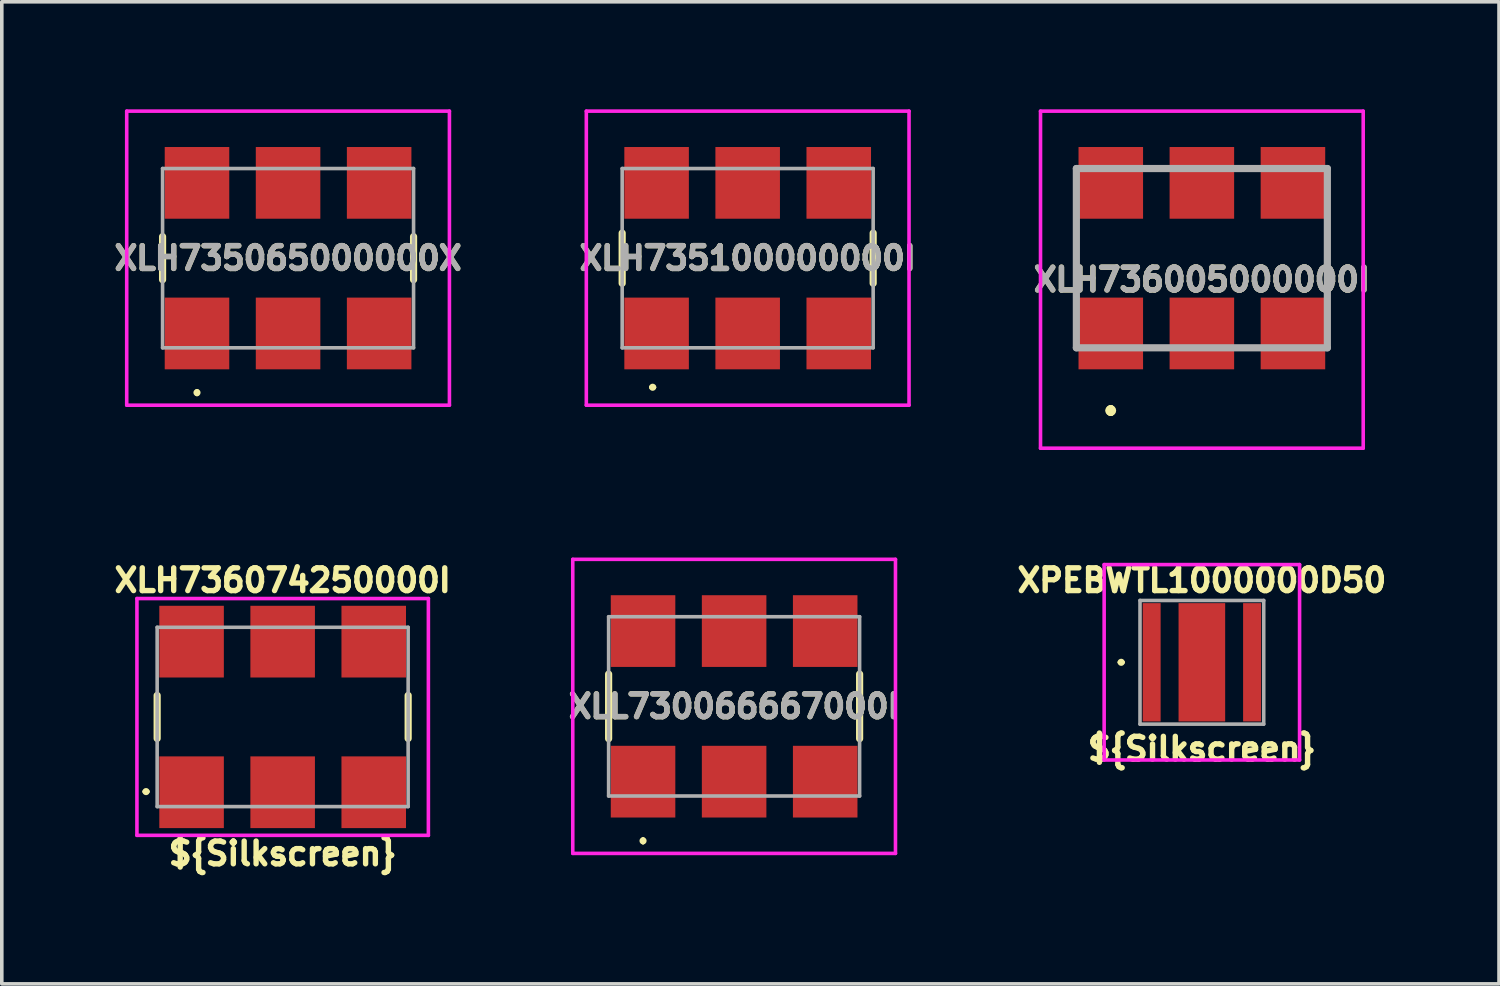
<source format=kicad_pcb>
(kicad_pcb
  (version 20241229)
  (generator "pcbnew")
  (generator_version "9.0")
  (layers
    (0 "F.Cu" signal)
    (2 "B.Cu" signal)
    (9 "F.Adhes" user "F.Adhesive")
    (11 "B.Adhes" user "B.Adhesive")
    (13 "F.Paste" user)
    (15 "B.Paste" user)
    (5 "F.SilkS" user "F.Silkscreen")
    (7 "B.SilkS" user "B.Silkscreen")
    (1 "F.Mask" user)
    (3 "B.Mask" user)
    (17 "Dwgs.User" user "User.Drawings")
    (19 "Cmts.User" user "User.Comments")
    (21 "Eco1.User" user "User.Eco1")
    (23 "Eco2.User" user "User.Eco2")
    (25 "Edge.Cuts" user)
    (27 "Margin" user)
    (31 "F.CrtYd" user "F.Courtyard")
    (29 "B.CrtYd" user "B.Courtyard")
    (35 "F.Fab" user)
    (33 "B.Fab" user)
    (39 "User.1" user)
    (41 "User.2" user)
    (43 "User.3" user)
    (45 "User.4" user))
  (footprint "XLH736005000000I"
    (layer "F.Cu")
    (at 30.469 4.15)
    (property "Reference" "XLH736005000000I" (at 0 0.6 0) (layer "F.SilkS") (effects (font (size 0.635 0.635) (thickness 0.15))))
    (attr smd)
    (fp_line (start -3.5 -0.5) (end -3.5 -0.5) (stroke (width 0.1) (type solid)) (layer "F.SilkS"))
    (fp_line (start -3.5 -0.5) (end -3.5 0.5) (stroke (width 0.1) (type solid)) (layer "F.SilkS"))
    (fp_line (start -3.5 0.5) (end -3.5 -0.5) (stroke (width 0.1) (type solid)) (layer "F.SilkS"))
    (fp_line (start -3.5 0.5) (end -3.5 0.5) (stroke (width 0.1) (type solid)) (layer "F.SilkS"))
    (fp_line (start -2.54 4.2) (end -2.54 4.2) (stroke (width 0.2) (type solid)) (layer "F.SilkS"))
    (fp_line (start -2.54 4.2) (end -2.54 4.2) (stroke (width 0.2) (type solid)) (layer "F.SilkS"))
    (fp_line (start -2.54 4.3) (end -2.54 4.3) (stroke (width 0.2) (type solid)) (layer "F.SilkS"))
    (fp_line (start 3.5 -0.5) (end 3.5 -0.5) (stroke (width 0.1) (type solid)) (layer "F.SilkS"))
    (fp_line (start 3.5 -0.5) (end 3.5 0.5) (stroke (width 0.1) (type solid)) (layer "F.SilkS"))
    (fp_line (start 3.5 0.5) (end 3.5 -0.5) (stroke (width 0.1) (type solid)) (layer "F.SilkS"))
    (fp_line (start 3.5 0.5) (end 3.5 0.5) (stroke (width 0.1) (type solid)) (layer "F.SilkS"))
    (fp_arc (start -2.54 4.2) (mid -2.49 4.25) (end -2.54 4.3) (stroke (width 0.2) (type solid)) (layer "F.SilkS"))
    (fp_arc (start -2.54 4.3) (mid -2.59 4.25) (end -2.54 4.2) (stroke (width 0.2) (type solid)) (layer "F.SilkS"))
    (fp_arc (start -2.54 4.3) (mid -2.59 4.25) (end -2.54 4.2) (stroke (width 0.2) (type solid)) (layer "F.SilkS"))
    (fp_line (start -4.5 -4.1) (end 4.5 -4.1) (stroke (width 0.1) (type solid)) (layer "F.CrtYd"))
    (fp_line (start -4.5 5.3) (end -4.5 -4.1) (stroke (width 0.1) (type solid)) (layer "F.CrtYd"))
    (fp_line (start 4.5 -4.1) (end 4.5 5.3) (stroke (width 0.1) (type solid)) (layer "F.CrtYd"))
    (fp_line (start 4.5 5.3) (end -4.5 5.3) (stroke (width 0.1) (type solid)) (layer "F.CrtYd"))
    (fp_line (start -3.5 -2.5) (end -3.5 2.5) (stroke (width 0.2) (type solid)) (layer "F.Fab"))
    (fp_line (start -3.5 2.5) (end 3.5 2.5) (stroke (width 0.2) (type solid)) (layer "F.Fab"))
    (fp_line (start 3.5 -2.5) (end -3.5 -2.5) (stroke (width 0.2) (type solid)) (layer "F.Fab"))
    (fp_line (start 3.5 2.5) (end 3.5 -2.5) (stroke (width 0.2) (type solid)) (layer "F.Fab"))
    (fp_text user "${REFERENCE}" (at 0 0.6 0) (layer "F.Fab") (effects (font (size 0.635 0.635) (thickness 0.15))))
    (pad "1" smd rect (at -2.54 2.1) (size 1.8 2) (layers "F.Cu" "F.Mask" "F.Paste"))
    (pad "2" smd rect (at 0 2.1) (size 1.8 2) (layers "F.Cu" "F.Mask" "F.Paste"))
    (pad "3" smd rect (at 2.54 2.1) (size 1.8 2) (layers "F.Cu" "F.Mask" "F.Paste"))
    (pad "4" smd rect (at 2.54 -2.1) (size 1.8 2) (layers "F.Cu" "F.Mask" "F.Paste"))
    (pad "5" smd rect (at 0 -2.1) (size 1.8 2) (layers "F.Cu" "F.Mask" "F.Paste"))
    (pad "6" smd rect (at -2.54 -2.1) (size 1.8 2) (layers "F.Cu" "F.Mask" "F.Paste")))
  (footprint "XLH736074250000I"
    (layer "F.Cu")
    (at 4.833 16.945)
    (property "Reference" "XLH736074250000I" (at 0 -3.81 0) (layer "F.SilkS") (effects (font (size 0.635 0.635) (thickness 0.15))))
    (attr smd)
    (fp_line (start -3.86 2.082) (end -3.86 2.082) (stroke (width 0.1) (type solid)) (layer "F.SilkS"))
    (fp_line (start -3.76 2.082) (end -3.76 2.082) (stroke (width 0.1) (type solid)) (layer "F.SilkS"))
    (fp_line (start -3.5 -0.6) (end -3.5 0.6) (stroke (width 0.2) (type solid)) (layer "F.SilkS"))
    (fp_line (start 3.5 -0.6) (end 3.5 0.6) (stroke (width 0.2) (type solid)) (layer "F.SilkS"))
    (fp_arc (start -3.86 2.082) (mid -3.81 2.032) (end -3.76 2.082) (stroke (width 0.1) (type solid)) (layer "F.SilkS"))
    (fp_arc (start -3.76 2.082) (mid -3.81 2.132) (end -3.86 2.082) (stroke (width 0.1) (type solid)) (layer "F.SilkS"))
    (fp_line (start -4.064 -3.302) (end 4.064 -3.302) (stroke (width 0.1) (type solid)) (layer "F.CrtYd"))
    (fp_line (start -4.064 3.302) (end -4.064 -3.302) (stroke (width 0.1) (type solid)) (layer "F.CrtYd"))
    (fp_line (start 4.064 -3.302) (end 4.064 3.302) (stroke (width 0.1) (type solid)) (layer "F.CrtYd"))
    (fp_line (start 4.064 3.302) (end -4.064 3.302) (stroke (width 0.1) (type solid)) (layer "F.CrtYd"))
    (fp_line (start -3.5 -2.5) (end 3.5 -2.5) (stroke (width 0.1) (type solid)) (layer "F.Fab"))
    (fp_line (start -3.5 2.5) (end -3.5 -2.5) (stroke (width 0.1) (type solid)) (layer "F.Fab"))
    (fp_line (start 3.5 -2.5) (end 3.5 2.5) (stroke (width 0.1) (type solid)) (layer "F.Fab"))
    (fp_line (start 3.5 2.5) (end -3.5 2.5) (stroke (width 0.1) (type solid)) (layer "F.Fab"))
    (fp_text user "${Silkscreen}" (at 0 3.81 0) (layer "F.SilkS") (effects (font (size 0.635 0.635) (thickness 0.15))))
    (pad "1" smd rect (at -2.54 2.1) (size 1.8 2) (layers "F.Cu" "F.Mask" "F.Paste"))
    (pad "2" smd rect (at 0 2.1) (size 1.8 2) (layers "F.Cu" "F.Mask" "F.Paste"))
    (pad "3" smd rect (at 2.54 2.1) (size 1.8 2) (layers "F.Cu" "F.Mask" "F.Paste"))
    (pad "4" smd rect (at 2.54 -2.1) (size 1.8 2) (layers "F.Cu" "F.Mask" "F.Paste"))
    (pad "5" smd rect (at 0 -2.1) (size 1.8 2) (layers "F.Cu" "F.Mask" "F.Paste"))
    (pad "6" smd rect (at -2.54 -2.1) (size 1.8 2) (layers "F.Cu" "F.Mask" "F.Paste")))
  (footprint "XLH735100000000I"
    (layer "F.Cu")
    (at 17.802 4.15)
    (property "Reference" "XLH735100000000I" (at 0 0 0) (layer "F.SilkS") (effects (font (size 0.635 0.635) (thickness 0.15))))
    (attr smd)
    (fp_line (start -3.5 -0.7) (end -3.5 0.7) (stroke (width 0.2) (type solid)) (layer "F.SilkS"))
    (fp_line (start -2.7 3.6) (end -2.7 3.6) (stroke (width 0.1) (type solid)) (layer "F.SilkS"))
    (fp_line (start -2.6 3.6) (end -2.6 3.6) (stroke (width 0.1) (type solid)) (layer "F.SilkS"))
    (fp_line (start 3.5 -0.7) (end 3.5 0.7) (stroke (width 0.2) (type solid)) (layer "F.SilkS"))
    (fp_arc (start -2.7 3.6) (mid -2.65 3.55) (end -2.6 3.6) (stroke (width 0.1) (type solid)) (layer "F.SilkS"))
    (fp_arc (start -2.6 3.6) (mid -2.65 3.65) (end -2.7 3.6) (stroke (width 0.1) (type solid)) (layer "F.SilkS"))
    (fp_line (start -4.5 -4.1) (end 4.5 -4.1) (stroke (width 0.1) (type solid)) (layer "F.CrtYd"))
    (fp_line (start -4.5 4.1) (end -4.5 -4.1) (stroke (width 0.1) (type solid)) (layer "F.CrtYd"))
    (fp_line (start 4.5 -4.1) (end 4.5 4.1) (stroke (width 0.1) (type solid)) (layer "F.CrtYd"))
    (fp_line (start 4.5 4.1) (end -4.5 4.1) (stroke (width 0.1) (type solid)) (layer "F.CrtYd"))
    (fp_line (start -3.5 -2.5) (end 3.5 -2.5) (stroke (width 0.1) (type solid)) (layer "F.Fab"))
    (fp_line (start -3.5 2.5) (end -3.5 -2.5) (stroke (width 0.1) (type solid)) (layer "F.Fab"))
    (fp_line (start 3.5 -2.5) (end 3.5 2.5) (stroke (width 0.1) (type solid)) (layer "F.Fab"))
    (fp_line (start 3.5 2.5) (end -3.5 2.5) (stroke (width 0.1) (type solid)) (layer "F.Fab"))
    (fp_text user "${REFERENCE}" (at 0 0 0) (layer "F.Fab") (effects (font (size 0.635 0.635) (thickness 0.15))))
    (pad "1" smd rect (at -2.54 2.1) (size 1.8 2) (layers "F.Cu" "F.Mask" "F.Paste"))
    (pad "2" smd rect (at 0 2.1) (size 1.8 2) (layers "F.Cu" "F.Mask" "F.Paste"))
    (pad "3" smd rect (at 2.54 2.1) (size 1.8 2) (layers "F.Cu" "F.Mask" "F.Paste"))
    (pad "4" smd rect (at 2.54 -2.1) (size 1.8 2) (layers "F.Cu" "F.Mask" "F.Paste"))
    (pad "5" smd rect (at 0 -2.1) (size 1.8 2) (layers "F.Cu" "F.Mask" "F.Paste"))
    (pad "6" smd rect (at -2.54 -2.1) (size 1.8 2) (layers "F.Cu" "F.Mask" "F.Paste")))
  (footprint "XLH735065000000X"
    (layer "F.Cu")
    (at 4.984 4.15)
    (property "Reference" "XLH735065000000X" (at 0 0 0) (layer "F.SilkS") (effects (font (size 0.635 0.635) (thickness 0.15))))
    (attr smd)
    (fp_line (start -3.5 -0.6) (end -3.5 0.6) (stroke (width 0.2) (type solid)) (layer "F.SilkS"))
    (fp_line (start -2.54 3.7) (end -2.54 3.7) (stroke (width 0.1) (type solid)) (layer "F.SilkS"))
    (fp_line (start -2.54 3.8) (end -2.54 3.8) (stroke (width 0.1) (type solid)) (layer "F.SilkS"))
    (fp_line (start 3.5 -0.6) (end 3.5 0.6) (stroke (width 0.2) (type solid)) (layer "F.SilkS"))
    (fp_arc (start -2.54 3.7) (mid -2.49 3.75) (end -2.54 3.8) (stroke (width 0.1) (type solid)) (layer "F.SilkS"))
    (fp_arc (start -2.54 3.8) (mid -2.59 3.75) (end -2.54 3.7) (stroke (width 0.1) (type solid)) (layer "F.SilkS"))
    (fp_line (start -4.5 -4.1) (end 4.5 -4.1) (stroke (width 0.1) (type solid)) (layer "F.CrtYd"))
    (fp_line (start -4.5 4.1) (end -4.5 -4.1) (stroke (width 0.1) (type solid)) (layer "F.CrtYd"))
    (fp_line (start 4.5 -4.1) (end 4.5 4.1) (stroke (width 0.1) (type solid)) (layer "F.CrtYd"))
    (fp_line (start 4.5 4.1) (end -4.5 4.1) (stroke (width 0.1) (type solid)) (layer "F.CrtYd"))
    (fp_line (start -3.5 -2.5) (end 3.5 -2.5) (stroke (width 0.1) (type solid)) (layer "F.Fab"))
    (fp_line (start -3.5 2.5) (end -3.5 -2.5) (stroke (width 0.1) (type solid)) (layer "F.Fab"))
    (fp_line (start 3.5 -2.5) (end 3.5 2.5) (stroke (width 0.1) (type solid)) (layer "F.Fab"))
    (fp_line (start 3.5 2.5) (end -3.5 2.5) (stroke (width 0.1) (type solid)) (layer "F.Fab"))
    (fp_text user "${REFERENCE}" (at 0 0 0) (layer "F.Fab") (effects (font (size 0.635 0.635) (thickness 0.15))))
    (pad "1" smd rect (at -2.54 2.1) (size 1.8 2) (layers "F.Cu" "F.Mask" "F.Paste"))
    (pad "2" smd rect (at 0 2.1) (size 1.8 2) (layers "F.Cu" "F.Mask" "F.Paste"))
    (pad "3" smd rect (at 2.54 2.1) (size 1.8 2) (layers "F.Cu" "F.Mask" "F.Paste"))
    (pad "4" smd rect (at 2.54 -2.1) (size 1.8 2) (layers "F.Cu" "F.Mask" "F.Paste"))
    (pad "5" smd rect (at 0 -2.1) (size 1.8 2) (layers "F.Cu" "F.Mask" "F.Paste"))
    (pad "6" smd rect (at -2.54 -2.1) (size 1.8 2) (layers "F.Cu" "F.Mask" "F.Paste")))
  (footprint "XPEBWTL1000000D50"
    (layer "F.Cu")
    (at 30.469 15.421)
    (property "Reference" "XPEBWTL1000000D50" (at 0 -2.286 0) (layer "F.SilkS") (effects (font (size 0.635 0.635) (thickness 0.15))))
    (attr smd)
    (fp_line (start -2.3 0) (end -2.3 0) (stroke (width 0.1) (type solid)) (layer "F.SilkS"))
    (fp_line (start -2.2 0) (end -2.2 0) (stroke (width 0.1) (type solid)) (layer "F.SilkS"))
    (fp_arc (start -2.3 0) (mid -2.25 -0.05) (end -2.2 0) (stroke (width 0.1) (type solid)) (layer "F.SilkS"))
    (fp_arc (start -2.2 0) (mid -2.25 0.05) (end -2.3 0) (stroke (width 0.1) (type solid)) (layer "F.SilkS"))
    (fp_line (start -2.725 -2.725) (end 2.725 -2.725) (stroke (width 0.1) (type solid)) (layer "F.CrtYd"))
    (fp_line (start -2.725 2.725) (end -2.725 -2.725) (stroke (width 0.1) (type solid)) (layer "F.CrtYd"))
    (fp_line (start 2.725 -2.725) (end 2.725 2.725) (stroke (width 0.1) (type solid)) (layer "F.CrtYd"))
    (fp_line (start 2.725 2.725) (end -2.725 2.725) (stroke (width 0.1) (type solid)) (layer "F.CrtYd"))
    (fp_line (start -1.725 -1.725) (end 1.725 -1.725) (stroke (width 0.1) (type solid)) (layer "F.Fab"))
    (fp_line (start -1.725 1.725) (end -1.725 -1.725) (stroke (width 0.1) (type solid)) (layer "F.Fab"))
    (fp_line (start 1.725 -1.725) (end 1.725 1.725) (stroke (width 0.1) (type solid)) (layer "F.Fab"))
    (fp_line (start 1.725 1.725) (end -1.725 1.725) (stroke (width 0.1) (type solid)) (layer "F.Fab"))
    (fp_text user "${Silkscreen}" (at 0 2.413 0) (layer "F.SilkS") (effects (font (size 0.635 0.635) (thickness 0.15))))
    (pad "1" smd rect (at -1.4 0) (size 0.5 3.3) (layers "F.Cu" "F.Mask" "F.Paste"))
    (pad "2" smd rect (at 1.4 0) (size 0.5 3.3) (layers "F.Cu" "F.Mask" "F.Paste"))
    (pad "3" smd rect (at 0 0) (size 1.3 3.3) (layers "F.Cu" "F.Mask" "F.Paste")))
  (footprint "XLL730066667000I"
    (layer "F.Cu")
    (at 17.424 16.65)
    (property "Reference" "XLL730066667000I" (at 0 0 0) (layer "F.SilkS") (effects (font (size 0.635 0.635) (thickness 0.15))))
    (attr smd)
    (fp_line (start -3.5 -0.9) (end -3.5 0.9) (stroke (width 0.2) (type solid)) (layer "F.SilkS"))
    (fp_line (start -2.54 3.7) (end -2.54 3.7) (stroke (width 0.1) (type solid)) (layer "F.SilkS"))
    (fp_line (start -2.54 3.8) (end -2.54 3.8) (stroke (width 0.1) (type solid)) (layer "F.SilkS"))
    (fp_line (start 3.5 0.9) (end 3.5 -0.9) (stroke (width 0.2) (type solid)) (layer "F.SilkS"))
    (fp_arc (start -2.54 3.7) (mid -2.49 3.75) (end -2.54 3.8) (stroke (width 0.1) (type solid)) (layer "F.SilkS"))
    (fp_arc (start -2.54 3.8) (mid -2.59 3.75) (end -2.54 3.7) (stroke (width 0.1) (type solid)) (layer "F.SilkS"))
    (fp_line (start -4.5 -4.1) (end 4.5 -4.1) (stroke (width 0.1) (type solid)) (layer "F.CrtYd"))
    (fp_line (start -4.5 4.1) (end -4.5 -4.1) (stroke (width 0.1) (type solid)) (layer "F.CrtYd"))
    (fp_line (start 4.5 -4.1) (end 4.5 4.1) (stroke (width 0.1) (type solid)) (layer "F.CrtYd"))
    (fp_line (start 4.5 4.1) (end -4.5 4.1) (stroke (width 0.1) (type solid)) (layer "F.CrtYd"))
    (fp_line (start -3.5 -2.5) (end -3.5 2.5) (stroke (width 0.1) (type solid)) (layer "F.Fab"))
    (fp_line (start -3.5 2.5) (end 3.5 2.5) (stroke (width 0.1) (type solid)) (layer "F.Fab"))
    (fp_line (start 3.5 -2.5) (end -3.5 -2.5) (stroke (width 0.1) (type solid)) (layer "F.Fab"))
    (fp_line (start 3.5 2.5) (end 3.5 -2.5) (stroke (width 0.1) (type solid)) (layer "F.Fab"))
    (fp_text user "${REFERENCE}" (at 0 0 0) (layer "F.Fab") (effects (font (size 0.635 0.635) (thickness 0.15))))
    (pad "1" smd rect (at -2.54 2.1) (size 1.8 2) (layers "F.Cu" "F.Mask" "F.Paste"))
    (pad "2" smd rect (at 0 2.1) (size 1.8 2) (layers "F.Cu" "F.Mask" "F.Paste"))
    (pad "3" smd rect (at 2.54 2.1) (size 1.8 2) (layers "F.Cu" "F.Mask" "F.Paste"))
    (pad "4" smd rect (at 2.54 -2.1) (size 1.8 2) (layers "F.Cu" "F.Mask" "F.Paste"))
    (pad "5" smd rect (at 0 -2.1) (size 1.8 2) (layers "F.Cu" "F.Mask" "F.Paste"))
    (pad "6" smd rect (at -2.54 -2.1) (size 1.8 2) (layers "F.Cu" "F.Mask" "F.Paste")))
  (gr_rect
    (start -3 -3)
    (end 38.756 24.389)
    (stroke (width 0.1) (type default))
    (fill no)
    (layer "Edge.Cuts")))
</source>
